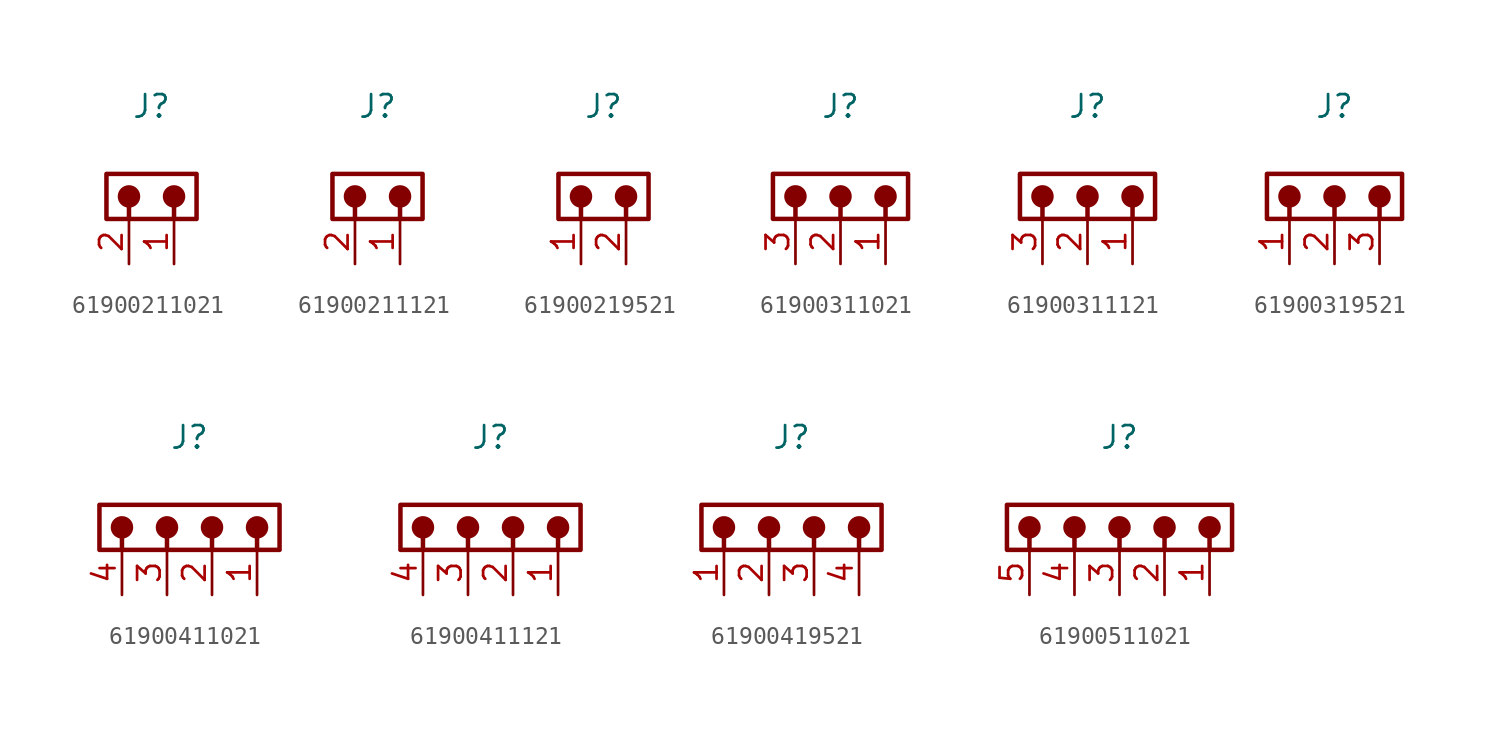
<source format=kicad_sym>
(kicad_symbol_lib
  (version 20241209)
  (generator "kicad_symbol_editor")
  (generator_version "9.0")
  (symbol "61900211021"
    (pin_names
      (hide yes))
    (property "Reference" "J"
      (at 0 5.08 0)
      (effects (font (size 1.27 1.27))))
    (symbol "61900211021_1_1"
      (circle (center -1.27 0) (radius 0.508) (stroke (width 0.254) (type solid)) (fill (type outline)))
      (polyline (pts (xy -1.27 -0.508) (xy -1.27 -1.27)) (stroke (width 0.254) (type solid)) (fill (type none)))
      (circle (center 1.27 0) (radius 0.508) (stroke (width 0.254) (type solid)) (fill (type outline)))
      (polyline (pts (xy 1.27 -0.508) (xy 1.27 -1.27)) (stroke (width 0.254) (type solid)) (fill (type none)))
      (rectangle (start 2.54 1.27) (end -2.54 -1.27) (stroke (width 0.254) (type solid)) (fill (type none)))
      (pin passive line (at -1.27 -3.81 90) (length 2.54) (name "2" (effects (font (size 1.27 1.27)))) (number "2" (effects (font (size 1.27 1.27)))))
      (pin passive line (at 1.27 -3.81 90) (length 2.54) (name "1" (effects (font (size 1.27 1.27)))) (number "1" (effects (font (size 1.27 1.27)))))))
  (symbol "61900211121"
    (pin_names
      (hide yes))
    (property "Reference" "J"
      (at 0 5.08 0)
      (effects (font (size 1.27 1.27))))
    (symbol "61900211121_1_1"
      (circle (center -1.27 0) (radius 0.508) (stroke (width 0.254) (type solid)) (fill (type outline)))
      (polyline (pts (xy -1.27 -0.508) (xy -1.27 -1.27)) (stroke (width 0.254) (type solid)) (fill (type none)))
      (circle (center 1.27 0) (radius 0.508) (stroke (width 0.254) (type solid)) (fill (type outline)))
      (polyline (pts (xy 1.27 -0.508) (xy 1.27 -1.27)) (stroke (width 0.254) (type solid)) (fill (type none)))
      (rectangle (start 2.54 1.27) (end -2.54 -1.27) (stroke (width 0.254) (type solid)) (fill (type none)))
      (pin passive line (at -1.27 -3.81 90) (length 2.54) (name "2" (effects (font (size 1.27 1.27)))) (number "2" (effects (font (size 1.27 1.27)))))
      (pin passive line (at 1.27 -3.81 90) (length 2.54) (name "1" (effects (font (size 1.27 1.27)))) (number "1" (effects (font (size 1.27 1.27)))))))
  (symbol "61900219521"
    (pin_names
      (hide yes))
    (property "Reference" "J"
      (at 0 5.08 0)
      (effects (font (size 1.27 1.27))))
    (symbol "61900219521_1_1"
      (rectangle (start -2.54 1.27) (end 2.54 -1.27) (stroke (width 0.254) (type solid)) (fill (type none)))
      (circle (center -1.27 0) (radius 0.508) (stroke (width 0.254) (type solid)) (fill (type outline)))
      (polyline (pts (xy -1.27 -0.508) (xy -1.27 -1.27)) (stroke (width 0.254) (type solid)) (fill (type none)))
      (circle (center 1.27 0) (radius 0.508) (stroke (width 0.254) (type solid)) (fill (type outline)))
      (polyline (pts (xy 1.27 -0.508) (xy 1.27 -1.27)) (stroke (width 0.254) (type solid)) (fill (type none)))
      (pin passive line (at -1.27 -3.81 90) (length 2.54) (name "1" (effects (font (size 1.27 1.27)))) (number "1" (effects (font (size 1.27 1.27)))))
      (pin passive line (at 1.27 -3.81 90) (length 2.54) (name "2" (effects (font (size 1.27 1.27)))) (number "2" (effects (font (size 1.27 1.27)))))))
  (symbol "61900311021"
    (pin_names
      (hide yes))
    (property "Reference" "J"
      (at 0 5.08 0)
      (effects (font (size 1.27 1.27))))
    (symbol "61900311021_1_1"
      (rectangle (start -3.81 1.27) (end 3.81 -1.27) (stroke (width 0.254) (type solid)) (fill (type none)))
      (circle (center -2.54 0) (radius 0.508) (stroke (width 0.254) (type solid)) (fill (type outline)))
      (polyline (pts (xy -2.54 -0.508) (xy -2.54 -1.27)) (stroke (width 0.254) (type solid)) (fill (type none)))
      (circle (center 0 0) (radius 0.508) (stroke (width 0.254) (type solid)) (fill (type outline)))
      (polyline (pts (xy 0 -0.508) (xy 0 -1.27)) (stroke (width 0.254) (type solid)) (fill (type none)))
      (circle (center 2.54 0) (radius 0.508) (stroke (width 0.254) (type solid)) (fill (type outline)))
      (polyline (pts (xy 2.54 -0.508) (xy 2.54 -1.27)) (stroke (width 0.254) (type solid)) (fill (type none)))
      (pin passive line (at -2.54 -3.81 90) (length 2.54) (name "3" (effects (font (size 1.27 1.27)))) (number "3" (effects (font (size 1.27 1.27)))))
      (pin passive line (at 0 -3.81 90) (length 2.54) (name "2" (effects (font (size 1.27 1.27)))) (number "2" (effects (font (size 1.27 1.27)))))
      (pin passive line (at 2.54 -3.81 90) (length 2.54) (name "1" (effects (font (size 1.27 1.27)))) (number "1" (effects (font (size 1.27 1.27)))))))
  (symbol "61900311121"
    (pin_names
      (hide yes))
    (property "Reference" "J"
      (at 0 5.08 0)
      (effects (font (size 1.27 1.27))))
    (symbol "61900311121_1_1"
      (rectangle (start -3.81 1.27) (end 3.81 -1.27) (stroke (width 0.254) (type solid)) (fill (type none)))
      (circle (center -2.54 0) (radius 0.508) (stroke (width 0.254) (type solid)) (fill (type outline)))
      (polyline (pts (xy -2.54 -0.508) (xy -2.54 -1.27)) (stroke (width 0.254) (type solid)) (fill (type none)))
      (circle (center 0 0) (radius 0.508) (stroke (width 0.254) (type solid)) (fill (type outline)))
      (polyline (pts (xy 0 -0.508) (xy 0 -1.27)) (stroke (width 0.254) (type solid)) (fill (type none)))
      (circle (center 2.54 0) (radius 0.508) (stroke (width 0.254) (type solid)) (fill (type outline)))
      (polyline (pts (xy 2.54 -0.508) (xy 2.54 -1.27)) (stroke (width 0.254) (type solid)) (fill (type none)))
      (pin passive line (at -2.54 -3.81 90) (length 2.54) (name "3" (effects (font (size 1.27 1.27)))) (number "3" (effects (font (size 1.27 1.27)))))
      (pin passive line (at 0 -3.81 90) (length 2.54) (name "2" (effects (font (size 1.27 1.27)))) (number "2" (effects (font (size 1.27 1.27)))))
      (pin passive line (at 2.54 -3.81 90) (length 2.54) (name "1" (effects (font (size 1.27 1.27)))) (number "1" (effects (font (size 1.27 1.27)))))))
  (symbol "61900319521"
    (pin_names
      (hide yes))
    (property "Reference" "J"
      (at 0 5.08 0)
      (effects (font (size 1.27 1.27))))
    (symbol "61900319521_1_1"
      (circle (center -2.54 0) (radius 0.508) (stroke (width 0.254) (type solid)) (fill (type outline)))
      (polyline (pts (xy -2.54 -0.508) (xy -2.54 -1.27)) (stroke (width 0.254) (type solid)) (fill (type none)))
      (circle (center 0 0) (radius 0.508) (stroke (width 0.254) (type solid)) (fill (type outline)))
      (polyline (pts (xy 0 -0.508) (xy 0 -1.27)) (stroke (width 0.254) (type solid)) (fill (type none)))
      (circle (center 2.54 0) (radius 0.508) (stroke (width 0.254) (type solid)) (fill (type outline)))
      (polyline (pts (xy 2.54 -0.508) (xy 2.54 -1.27)) (stroke (width 0.254) (type solid)) (fill (type none)))
      (rectangle (start 3.81 1.27) (end -3.81 -1.27) (stroke (width 0.254) (type solid)) (fill (type none)))
      (pin passive line (at -2.54 -3.81 90) (length 2.54) (name "1" (effects (font (size 1.27 1.27)))) (number "1" (effects (font (size 1.27 1.27)))))
      (pin passive line (at 0 -3.81 90) (length 2.54) (name "2" (effects (font (size 1.27 1.27)))) (number "2" (effects (font (size 1.27 1.27)))))
      (pin passive line (at 2.54 -3.81 90) (length 2.54) (name "3" (effects (font (size 1.27 1.27)))) (number "3" (effects (font (size 1.27 1.27)))))))
  (symbol "61900411021"
    (pin_names
      (hide yes))
    (property "Reference" "J"
      (at 0 5.08 0)
      (effects (font (size 1.27 1.27))))
    (symbol "61900411021_1_1"
      (rectangle (start -5.08 1.27) (end 5.08 -1.27) (stroke (width 0.254) (type solid)) (fill (type none)))
      (circle (center -3.81 0) (radius 0.508) (stroke (width 0.254) (type solid)) (fill (type outline)))
      (polyline (pts (xy -3.81 -0.508) (xy -3.81 -1.27)) (stroke (width 0.254) (type solid)) (fill (type none)))
      (circle (center -1.27 0) (radius 0.508) (stroke (width 0.254) (type solid)) (fill (type outline)))
      (polyline (pts (xy -1.27 -0.508) (xy -1.27 -1.27)) (stroke (width 0.254) (type solid)) (fill (type none)))
      (circle (center 1.27 0) (radius 0.508) (stroke (width 0.254) (type solid)) (fill (type outline)))
      (polyline (pts (xy 1.27 -0.508) (xy 1.27 -1.27)) (stroke (width 0.254) (type solid)) (fill (type none)))
      (circle (center 3.81 0) (radius 0.508) (stroke (width 0.254) (type solid)) (fill (type outline)))
      (polyline (pts (xy 3.81 -0.508) (xy 3.81 -1.27)) (stroke (width 0.254) (type solid)) (fill (type none)))
      (pin passive line (at -3.81 -3.81 90) (length 2.54) (name "4" (effects (font (size 1.27 1.27)))) (number "4" (effects (font (size 1.27 1.27)))))
      (pin passive line (at -1.27 -3.81 90) (length 2.54) (name "3" (effects (font (size 1.27 1.27)))) (number "3" (effects (font (size 1.27 1.27)))))
      (pin passive line (at 1.27 -3.81 90) (length 2.54) (name "2" (effects (font (size 1.27 1.27)))) (number "2" (effects (font (size 1.27 1.27)))))
      (pin passive line (at 3.81 -3.81 90) (length 2.54) (name "1" (effects (font (size 1.27 1.27)))) (number "1" (effects (font (size 1.27 1.27)))))))
  (symbol "61900411121"
    (pin_names
      (hide yes))
    (property "Reference" "J"
      (at 0 5.08 0)
      (effects (font (size 1.27 1.27))))
    (symbol "61900411121_1_1"
      (rectangle (start -5.08 1.27) (end 5.08 -1.27) (stroke (width 0.254) (type solid)) (fill (type none)))
      (circle (center -3.81 0) (radius 0.508) (stroke (width 0.254) (type solid)) (fill (type outline)))
      (polyline (pts (xy -3.81 -0.508) (xy -3.81 -1.27)) (stroke (width 0.254) (type solid)) (fill (type none)))
      (circle (center -1.27 0) (radius 0.508) (stroke (width 0.254) (type solid)) (fill (type outline)))
      (polyline (pts (xy -1.27 -0.508) (xy -1.27 -1.27)) (stroke (width 0.254) (type solid)) (fill (type none)))
      (circle (center 1.27 0) (radius 0.508) (stroke (width 0.254) (type solid)) (fill (type outline)))
      (polyline (pts (xy 1.27 -0.508) (xy 1.27 -1.27)) (stroke (width 0.254) (type solid)) (fill (type none)))
      (circle (center 3.81 0) (radius 0.508) (stroke (width 0.254) (type solid)) (fill (type outline)))
      (polyline (pts (xy 3.81 -0.508) (xy 3.81 -1.27)) (stroke (width 0.254) (type solid)) (fill (type none)))
      (pin passive line (at -3.81 -3.81 90) (length 2.54) (name "4" (effects (font (size 1.27 1.27)))) (number "4" (effects (font (size 1.27 1.27)))))
      (pin passive line (at -1.27 -3.81 90) (length 2.54) (name "3" (effects (font (size 1.27 1.27)))) (number "3" (effects (font (size 1.27 1.27)))))
      (pin passive line (at 1.27 -3.81 90) (length 2.54) (name "2" (effects (font (size 1.27 1.27)))) (number "2" (effects (font (size 1.27 1.27)))))
      (pin passive line (at 3.81 -3.81 90) (length 2.54) (name "1" (effects (font (size 1.27 1.27)))) (number "1" (effects (font (size 1.27 1.27)))))))
  (symbol "61900419521"
    (pin_names
      (hide yes))
    (property "Reference" "J"
      (at 0 5.08 0)
      (effects (font (size 1.27 1.27))))
    (symbol "61900419521_1_1"
      (circle (center -3.81 0) (radius 0.508) (stroke (width 0.254) (type solid)) (fill (type outline)))
      (polyline (pts (xy -3.81 -0.508) (xy -3.81 -1.27)) (stroke (width 0.254) (type solid)) (fill (type none)))
      (circle (center -1.27 0) (radius 0.508) (stroke (width 0.254) (type solid)) (fill (type outline)))
      (polyline (pts (xy -1.27 -0.508) (xy -1.27 -1.27)) (stroke (width 0.254) (type solid)) (fill (type none)))
      (circle (center 1.27 0) (radius 0.508) (stroke (width 0.254) (type solid)) (fill (type outline)))
      (polyline (pts (xy 1.27 -0.508) (xy 1.27 -1.27)) (stroke (width 0.254) (type solid)) (fill (type none)))
      (circle (center 3.81 0) (radius 0.508) (stroke (width 0.254) (type solid)) (fill (type outline)))
      (polyline (pts (xy 3.81 -0.508) (xy 3.81 -1.27)) (stroke (width 0.254) (type solid)) (fill (type none)))
      (rectangle (start 5.08 1.27) (end -5.08 -1.27) (stroke (width 0.254) (type solid)) (fill (type none)))
      (pin passive line (at -3.81 -3.81 90) (length 2.54) (name "1" (effects (font (size 1.27 1.27)))) (number "1" (effects (font (size 1.27 1.27)))))
      (pin passive line (at -1.27 -3.81 90) (length 2.54) (name "2" (effects (font (size 1.27 1.27)))) (number "2" (effects (font (size 1.27 1.27)))))
      (pin passive line (at 1.27 -3.81 90) (length 2.54) (name "3" (effects (font (size 1.27 1.27)))) (number "3" (effects (font (size 1.27 1.27)))))
      (pin passive line (at 3.81 -3.81 90) (length 2.54) (name "4" (effects (font (size 1.27 1.27)))) (number "4" (effects (font (size 1.27 1.27)))))))
  (symbol "61900511021"
    (pin_names
      (hide yes))
    (property "Reference" "J"
      (at 0 5.08 0)
      (effects (font (size 1.27 1.27))))
    (symbol "61900511021_1_1"
      (rectangle (start -6.35 1.27) (end 6.35 -1.27) (stroke (width 0.254) (type solid)) (fill (type none)))
      (circle (center -5.08 0) (radius 0.508) (stroke (width 0.254) (type solid)) (fill (type outline)))
      (polyline (pts (xy -5.08 -0.508) (xy -5.08 -1.27)) (stroke (width 0.254) (type solid)) (fill (type none)))
      (circle (center -2.54 0) (radius 0.508) (stroke (width 0.254) (type solid)) (fill (type outline)))
      (polyline (pts (xy -2.54 -0.508) (xy -2.54 -1.27)) (stroke (width 0.254) (type solid)) (fill (type none)))
      (circle (center 0 0) (radius 0.508) (stroke (width 0.254) (type solid)) (fill (type outline)))
      (polyline (pts (xy 0 -0.508) (xy 0 -1.27)) (stroke (width 0.254) (type solid)) (fill (type none)))
      (circle (center 2.54 0) (radius 0.508) (stroke (width 0.254) (type solid)) (fill (type outline)))
      (polyline (pts (xy 2.54 -0.508) (xy 2.54 -1.27)) (stroke (width 0.254) (type solid)) (fill (type none)))
      (circle (center 5.08 0) (radius 0.508) (stroke (width 0.254) (type solid)) (fill (type outline)))
      (polyline (pts (xy 5.08 -0.508) (xy 5.08 -1.27)) (stroke (width 0.254) (type solid)) (fill (type none)))
      (pin passive line (at -5.08 -3.81 90) (length 2.54) (name "5" (effects (font (size 1.27 1.27)))) (number "5" (effects (font (size 1.27 1.27)))))
      (pin passive line (at -2.54 -3.81 90) (length 2.54) (name "4" (effects (font (size 1.27 1.27)))) (number "4" (effects (font (size 1.27 1.27)))))
      (pin passive line (at 0 -3.81 90) (length 2.54) (name "3" (effects (font (size 1.27 1.27)))) (number "3" (effects (font (size 1.27 1.27)))))
      (pin passive line (at 2.54 -3.81 90) (length 2.54) (name "2" (effects (font (size 1.27 1.27)))) (number "2" (effects (font (size 1.27 1.27)))))
      (pin passive line (at 5.08 -3.81 90) (length 2.54) (name "1" (effects (font (size 1.27 1.27)))) (number "1" (effects (font (size 1.27 1.27))))))))
</source>
